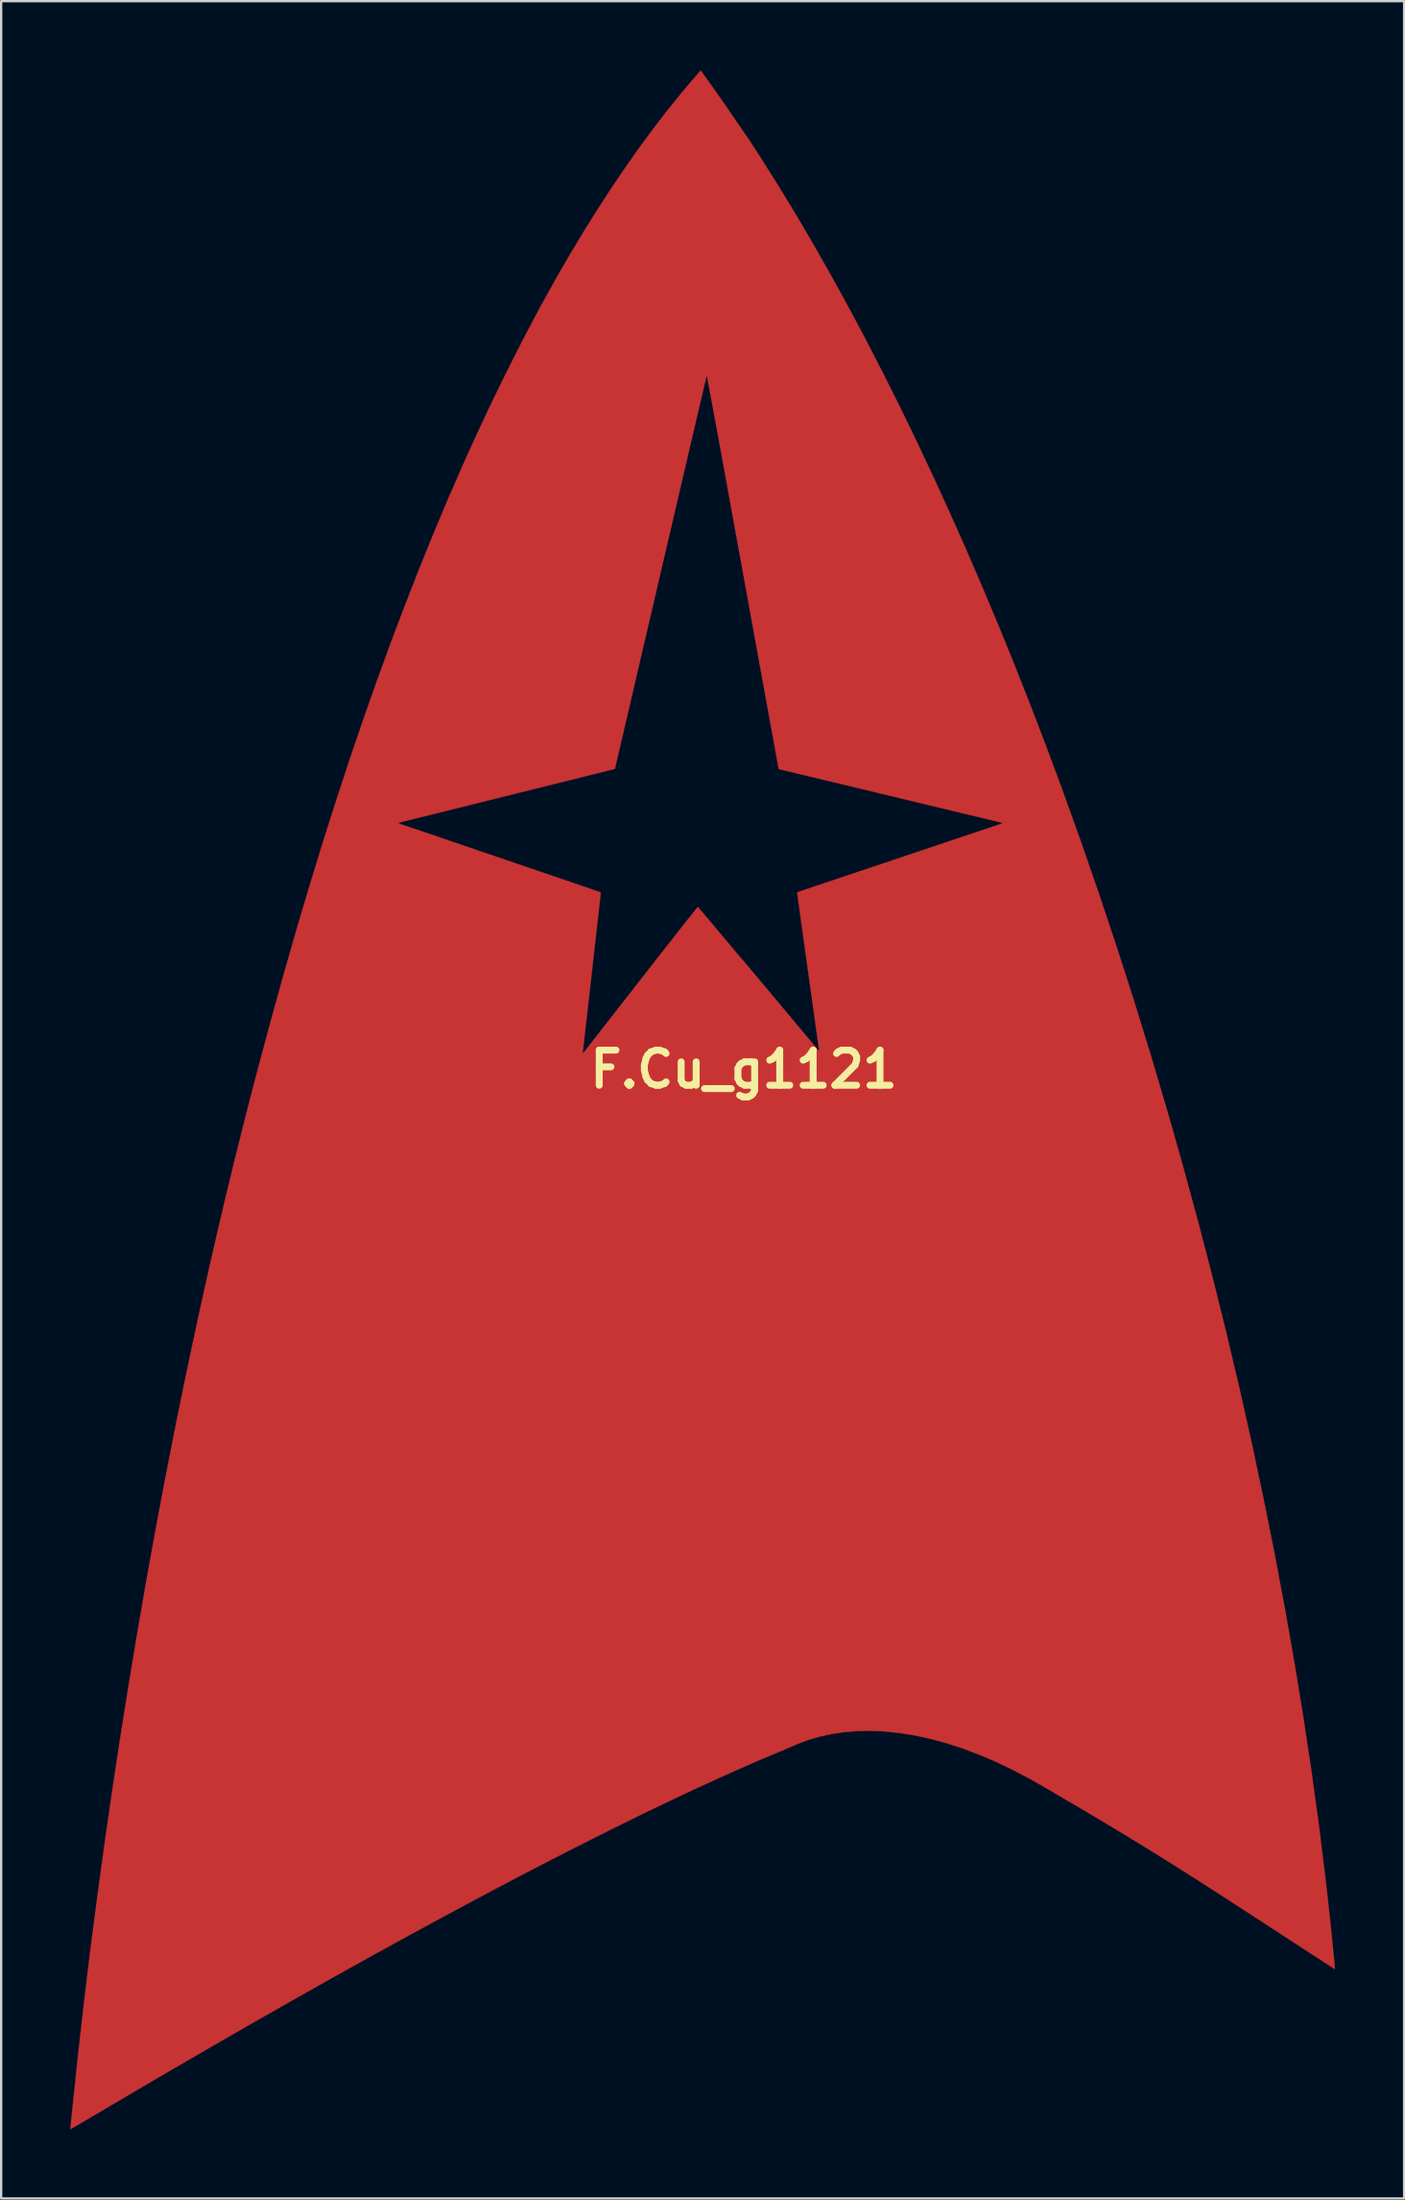
<source format=kicad_pcb>
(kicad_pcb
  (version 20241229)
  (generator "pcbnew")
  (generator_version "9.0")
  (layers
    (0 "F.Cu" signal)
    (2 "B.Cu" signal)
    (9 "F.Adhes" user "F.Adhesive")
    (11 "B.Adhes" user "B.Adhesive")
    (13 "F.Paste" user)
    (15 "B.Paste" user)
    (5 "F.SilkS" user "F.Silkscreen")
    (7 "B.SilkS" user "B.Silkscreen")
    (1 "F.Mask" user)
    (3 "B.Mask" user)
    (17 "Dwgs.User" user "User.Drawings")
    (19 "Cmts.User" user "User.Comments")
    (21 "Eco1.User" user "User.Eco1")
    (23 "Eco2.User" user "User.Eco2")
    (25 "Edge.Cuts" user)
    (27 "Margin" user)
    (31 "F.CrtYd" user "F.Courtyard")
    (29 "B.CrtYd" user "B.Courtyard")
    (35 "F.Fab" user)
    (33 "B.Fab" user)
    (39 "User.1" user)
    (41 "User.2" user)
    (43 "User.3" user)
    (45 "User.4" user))
  (footprint "F.Cu_g1121"
    (layer "F.Cu")
    (at 29.249 43.358)
    (property "Reference" "F.Cu_g1121" (at 0 0 0) (layer "F.SilkS") (effects (font (size 1.524 1.524) (thickness 0.3))))
    (attr through_hole)
    (fp_poly (pts (xy -1.436 -42.743) (xy -1.311 -42.566) (xy -1.171 -42.368) (xy -1.026 -42.161) (xy -0.882 -41.955) (xy -0.746 -41.76) (xy -0.627 -41.587) (xy -0.609 -41.561) (xy -0.509 -41.414) (xy -0.411 -41.271) (xy -0.32 -41.138) (xy -0.239 -41.02) (xy -0.172 -40.922) (xy -0.123 -40.852) (xy -0.109 -40.831) (xy 0.015 -40.65) (xy 0.124 -40.489) (xy 0.226 -40.339) (xy 0.324 -40.191) (xy 0.426 -40.037) (xy 0.536 -39.868) (xy 0.659 -39.677) (xy 0.735 -39.558) (xy 1.505 -38.338) (xy 2.273 -37.077) (xy 3.037 -35.776) (xy 3.798 -34.436) (xy 4.556 -33.058) (xy 5.309 -31.644) (xy 6.056 -30.194) (xy 6.799 -28.71) (xy 7.535 -27.193) (xy 8.264 -25.644) (xy 8.986 -24.064) (xy 9.701 -22.454) (xy 10.407 -20.816) (xy 11.104 -19.15) (xy 11.792 -17.458) (xy 12.469 -15.741) (xy 13.137 -14) (xy 13.793 -12.236) (xy 13.794 -12.234) (xy 14.624 -9.927) (xy 15.43 -7.599) (xy 16.212 -5.255) (xy 16.97 -2.895) (xy 17.701 -0.522) (xy 18.407 1.861) (xy 19.086 4.252) (xy 19.738 6.65) (xy 20.363 9.051) (xy 20.959 11.453) (xy 21.526 13.855) (xy 22.065 16.254) (xy 22.573 18.647) (xy 23.051 21.032) (xy 23.498 23.408) (xy 23.914 25.771) (xy 24.298 28.12) (xy 24.649 30.452) (xy 24.967 32.765) (xy 25.251 35.056) (xy 25.367 36.068) (xy 25.393 36.309) (xy 25.421 36.567) (xy 25.45 36.832) (xy 25.478 37.096) (xy 25.504 37.349) (xy 25.528 37.582) (xy 25.549 37.787) (xy 25.558 37.878) (xy 25.576 38.063) (xy 25.594 38.244) (xy 25.61 38.413) (xy 25.625 38.565) (xy 25.638 38.692) (xy 25.648 38.789) (xy 25.653 38.84) (xy 25.661 38.927) (xy 25.667 38.996) (xy 25.669 39.037) (xy 25.668 39.045) (xy 25.65 39.035) (xy 25.599 39.003) (xy 25.519 38.952) (xy 25.411 38.884) (xy 25.28 38.799) (xy 25.127 38.701) (xy 24.957 38.59) (xy 24.77 38.469) (xy 24.571 38.34) (xy 24.425 38.245) (xy 23.922 37.917) (xy 23.452 37.611) (xy 23.013 37.326) (xy 22.605 37.06) (xy 22.224 36.813) (xy 21.87 36.582) (xy 21.54 36.368) (xy 21.232 36.169) (xy 20.945 35.983) (xy 20.677 35.81) (xy 20.425 35.648) (xy 20.189 35.496) (xy 19.966 35.353) (xy 19.754 35.217) (xy 19.551 35.088) (xy 19.356 34.964) (xy 19.167 34.844) (xy 18.982 34.726) (xy 18.798 34.611) (xy 18.754 34.583) (xy 17.489 33.794) (xy 16.229 33.026) (xy 14.957 32.266) (xy 14.277 31.867) (xy 14.094 31.76) (xy 13.913 31.654) (xy 13.738 31.551) (xy 13.575 31.456) (xy 13.429 31.37) (xy 13.306 31.298) (xy 13.212 31.243) (xy 13.176 31.221) (xy 12.428 30.794) (xy 11.692 30.407) (xy 10.968 30.061) (xy 10.254 29.754) (xy 9.55 29.486) (xy 8.855 29.258) (xy 8.17 29.07) (xy 7.492 28.92) (xy 6.823 28.809) (xy 6.161 28.737) (xy 5.98 28.724) (xy 5.421 28.705) (xy 4.869 28.719) (xy 4.326 28.767) (xy 3.798 28.847) (xy 3.287 28.959) (xy 2.798 29.102) (xy 2.335 29.276) (xy 2.244 29.315) (xy 2.162 29.351) (xy 2.05 29.398) (xy 1.919 29.454) (xy 1.777 29.514) (xy 1.634 29.573) (xy 1.609 29.584) (xy 0.76 29.942) (xy -0.122 30.325) (xy -1.036 30.734) (xy -1.983 31.168) (xy -2.963 31.626) (xy -3.974 32.109) (xy -5.016 32.616) (xy -6.089 33.148) (xy -7.192 33.703) (xy -8.326 34.282) (xy -9.489 34.884) (xy -10.682 35.51) (xy -11.903 36.158) (xy -13.153 36.83) (xy -14.431 37.524) (xy -15.737 38.24) (xy -17.07 38.979) (xy -18.429 39.74) (xy -19.815 40.522) (xy -21.228 41.326) (xy -22.665 42.151) (xy -24.128 42.998) (xy -25.616 43.865) (xy -27.128 44.753) (xy -28.019 45.279) (xy -28.225 45.401) (xy -28.421 45.516) (xy -28.603 45.624) (xy -28.768 45.721) (xy -28.914 45.806) (xy -29.036 45.878) (xy -29.132 45.934) (xy -29.2 45.973) (xy -29.235 45.993) (xy -29.24 45.995) (xy -29.244 45.977) (xy -29.241 45.932) (xy -29.24 45.926) (xy -29.236 45.89) (xy -29.228 45.816) (xy -29.217 45.711) (xy -29.203 45.58) (xy -29.188 45.428) (xy -29.171 45.261) (xy -29.156 45.117) (xy -28.926 42.922) (xy -28.675 40.696) (xy -28.403 38.444) (xy -28.11 36.171) (xy -27.798 33.882) (xy -27.468 31.582) (xy -27.12 29.276) (xy -26.754 26.969) (xy -26.373 24.665) (xy -25.976 22.37) (xy -25.564 20.089) (xy -25.138 17.827) (xy -24.699 15.588) (xy -24.277 13.52) (xy -23.924 11.845) (xy -23.569 10.207) (xy -23.211 8.6) (xy -22.848 7.018) (xy -22.479 5.454) (xy -22.103 3.904) (xy -21.717 2.362) (xy -21.321 0.821) (xy -20.913 -0.723) (xy -20.492 -2.278) (xy -20.057 -3.849) (xy -19.979 -4.128) (xy -19.432 -6.035) (xy -18.875 -7.911) (xy -18.309 -9.756) (xy -18.012 -10.692) (xy -15.007 -10.692) (xy -14.988 -10.681) (xy -14.934 -10.66) (xy -14.852 -10.629) (xy -14.746 -10.592) (xy -14.623 -10.549) (xy -14.557 -10.527) (xy -14.436 -10.486) (xy -14.282 -10.434) (xy -14.103 -10.373) (xy -13.905 -10.306) (xy -13.697 -10.236) (xy -13.486 -10.164) (xy -13.278 -10.093) (xy -13.229 -10.076) (xy -13.012 -10.002) (xy -12.765 -9.917) (xy -12.498 -9.826) (xy -12.221 -9.732) (xy -11.944 -9.637) (xy -11.678 -9.547) (xy -11.433 -9.463) (xy -11.367 -9.44) (xy -10.809 -9.251) (xy -10.291 -9.074) (xy -9.81 -8.91) (xy -9.365 -8.759) (xy -8.956 -8.619) (xy -8.581 -8.492) (xy -8.239 -8.375) (xy -7.928 -8.269) (xy -7.648 -8.173) (xy -7.397 -8.087) (xy -7.173 -8.011) (xy -6.977 -7.944) (xy -6.806 -7.885) (xy -6.659 -7.835) (xy -6.536 -7.792) (xy -6.434 -7.757) (xy -6.353 -7.729) (xy -6.292 -7.708) (xy -6.249 -7.692) (xy -6.222 -7.683) (xy -6.212 -7.678) (xy -6.212 -7.678) (xy -6.214 -7.657) (xy -6.22 -7.597) (xy -6.231 -7.5) (xy -6.245 -7.368) (xy -6.263 -7.206) (xy -6.285 -7.015) (xy -6.309 -6.798) (xy -6.336 -6.557) (xy -6.365 -6.296) (xy -6.397 -6.017) (xy -6.43 -5.723) (xy -6.464 -5.416) (xy -6.5 -5.099) (xy -6.536 -4.775) (xy -6.573 -4.446) (xy -6.611 -4.115) (xy -6.648 -3.786) (xy -6.685 -3.459) (xy -6.721 -3.139) (xy -6.756 -2.828) (xy -6.79 -2.528) (xy -6.822 -2.242) (xy -6.853 -1.973) (xy -6.881 -1.724) (xy -6.907 -1.497) (xy -6.93 -1.295) (xy -6.95 -1.12) (xy -6.967 -0.976) (xy -6.979 -0.864) (xy -6.988 -0.788) (xy -6.992 -0.754) (xy -6.995 -0.707) (xy -6.989 -0.689) (xy -6.985 -0.691) (xy -6.971 -0.709) (xy -6.931 -0.759) (xy -6.868 -0.839) (xy -6.783 -0.948) (xy -6.677 -1.083) (xy -6.552 -1.244) (xy -6.407 -1.428) (xy -6.246 -1.634) (xy -6.069 -1.861) (xy -5.877 -2.106) (xy -5.673 -2.368) (xy -5.456 -2.646) (xy -5.228 -2.938) (xy -4.991 -3.241) (xy -4.745 -3.555) (xy -4.493 -3.878) (xy -4.489 -3.884) (xy -4.236 -4.207) (xy -3.991 -4.521) (xy -3.754 -4.824) (xy -3.526 -5.114) (xy -3.309 -5.391) (xy -3.104 -5.652) (xy -2.913 -5.895) (xy -2.736 -6.12) (xy -2.574 -6.325) (xy -2.43 -6.507) (xy -2.304 -6.666) (xy -2.198 -6.8) (xy -2.112 -6.906) (xy -2.049 -6.985) (xy -2.009 -7.033) (xy -1.994 -7.049) (xy -1.994 -7.049) (xy -1.978 -7.031) (xy -1.938 -6.984) (xy -1.874 -6.909) (xy -1.79 -6.81) (xy -1.688 -6.689) (xy -1.569 -6.548) (xy -1.436 -6.39) (xy -1.292 -6.218) (xy -1.137 -6.034) (xy -1.003 -5.874) (xy -0.841 -5.681) (xy -0.685 -5.495) (xy -0.538 -5.32) (xy -0.402 -5.158) (xy -0.28 -5.013) (xy -0.173 -4.888) (xy -0.085 -4.784) (xy -0.017 -4.704) (xy 0.027 -4.653) (xy 0.044 -4.633) (xy 0.067 -4.607) (xy 0.115 -4.551) (xy 0.187 -4.467) (xy 0.28 -4.356) (xy 0.394 -4.221) (xy 0.526 -4.065) (xy 0.674 -3.888) (xy 0.836 -3.695) (xy 1.012 -3.485) (xy 1.198 -3.263) (xy 1.394 -3.029) (xy 1.597 -2.786) (xy 1.693 -2.671) (xy 1.897 -2.427) (xy 2.094 -2.192) (xy 2.281 -1.968) (xy 2.458 -1.757) (xy 2.621 -1.562) (xy 2.771 -1.384) (xy 2.904 -1.225) (xy 3.019 -1.088) (xy 3.115 -0.974) (xy 3.19 -0.886) (xy 3.242 -0.825) (xy 3.269 -0.794) (xy 3.273 -0.79) (xy 3.271 -0.811) (xy 3.263 -0.871) (xy 3.249 -0.97) (xy 3.231 -1.103) (xy 3.208 -1.27) (xy 3.181 -1.468) (xy 3.149 -1.694) (xy 3.114 -1.948) (xy 3.075 -2.225) (xy 3.034 -2.525) (xy 2.989 -2.844) (xy 2.942 -3.182) (xy 2.893 -3.534) (xy 2.841 -3.901) (xy 2.795 -4.233) (xy 2.742 -4.61) (xy 2.691 -4.975) (xy 2.642 -5.326) (xy 2.595 -5.661) (xy 2.551 -5.979) (xy 2.509 -6.276) (xy 2.471 -6.551) (xy 2.436 -6.801) (xy 2.405 -7.024) (xy 2.379 -7.219) (xy 2.356 -7.382) (xy 2.339 -7.511) (xy 2.326 -7.605) (xy 2.319 -7.662) (xy 2.317 -7.678) (xy 2.322 -7.681) (xy 2.338 -7.687) (xy 2.365 -7.697) (xy 2.405 -7.711) (xy 2.46 -7.73) (xy 2.53 -7.754) (xy 2.617 -7.784) (xy 2.723 -7.82) (xy 2.849 -7.862) (xy 2.997 -7.912) (xy 3.168 -7.97) (xy 3.363 -8.035) (xy 3.584 -8.11) (xy 3.832 -8.193) (xy 4.109 -8.286) (xy 4.416 -8.389) (xy 4.755 -8.503) (xy 5.127 -8.628) (xy 5.533 -8.764) (xy 5.976 -8.912) (xy 6.455 -9.073) (xy 6.932 -9.233) (xy 7.32 -9.363) (xy 7.701 -9.491) (xy 8.071 -9.615) (xy 8.429 -9.735) (xy 8.772 -9.85) (xy 9.098 -9.959) (xy 9.405 -10.062) (xy 9.691 -10.158) (xy 9.954 -10.246) (xy 10.191 -10.326) (xy 10.401 -10.396) (xy 10.58 -10.456) (xy 10.728 -10.506) (xy 10.841 -10.544) (xy 10.918 -10.57) (xy 10.948 -10.58) (xy 11.051 -10.615) (xy 11.138 -10.646) (xy 11.202 -10.671) (xy 11.236 -10.686) (xy 11.239 -10.689) (xy 11.22 -10.696) (xy 11.164 -10.712) (xy 11.077 -10.735) (xy 10.964 -10.764) (xy 10.831 -10.797) (xy 10.682 -10.833) (xy 10.641 -10.842) (xy 10.561 -10.862) (xy 10.442 -10.89) (xy 10.287 -10.927) (xy 10.097 -10.973) (xy 9.875 -11.026) (xy 9.623 -11.086) (xy 9.344 -11.153) (xy 9.04 -11.226) (xy 8.713 -11.305) (xy 8.366 -11.388) (xy 8 -11.476) (xy 7.618 -11.568) (xy 7.222 -11.663) (xy 6.815 -11.76) (xy 6.399 -11.86) (xy 5.976 -11.962) (xy 5.78 -12.009) (xy 1.516 -13.033) (xy 0.759 -17.19) (xy 0.672 -17.667) (xy 0.579 -18.18) (xy 0.48 -18.725) (xy 0.376 -19.295) (xy 0.269 -19.885) (xy 0.158 -20.491) (xy 0.046 -21.106) (xy -0.067 -21.726) (xy -0.179 -22.345) (xy -0.291 -22.957) (xy -0.4 -23.558) (xy -0.507 -24.143) (xy -0.609 -24.705) (xy -0.706 -25.239) (xy -0.798 -25.741) (xy -0.798 -25.742) (xy -0.875 -26.167) (xy -0.951 -26.58) (xy -1.024 -26.979) (xy -1.094 -27.364) (xy -1.162 -27.731) (xy -1.226 -28.08) (xy -1.287 -28.407) (xy -1.343 -28.712) (xy -1.395 -28.992) (xy -1.443 -29.245) (xy -1.485 -29.47) (xy -1.522 -29.664) (xy -1.553 -29.826) (xy -1.578 -29.954) (xy -1.596 -30.046) (xy -1.607 -30.099) (xy -1.611 -30.113) (xy -1.617 -30.091) (xy -1.632 -30.029) (xy -1.656 -29.929) (xy -1.689 -29.791) (xy -1.729 -29.618) (xy -1.778 -29.41) (xy -1.835 -29.169) (xy -1.899 -28.896) (xy -1.97 -28.593) (xy -2.048 -28.262) (xy -2.132 -27.902) (xy -2.222 -27.516) (xy -2.318 -27.106) (xy -2.42 -26.672) (xy -2.526 -26.215) (xy -2.638 -25.738) (xy -2.754 -25.242) (xy -2.874 -24.727) (xy -2.998 -24.196) (xy -3.125 -23.649) (xy -3.256 -23.089) (xy -3.39 -22.515) (xy -3.526 -21.931) (xy -3.611 -21.564) (xy -5.598 -13.04) (xy -10.234 -11.886) (xy -10.668 -11.778) (xy -11.092 -11.672) (xy -11.504 -11.57) (xy -11.901 -11.471) (xy -12.283 -11.376) (xy -12.646 -11.286) (xy -12.99 -11.2) (xy -13.312 -11.12) (xy -13.611 -11.046) (xy -13.885 -10.978) (xy -14.131 -10.917) (xy -14.348 -10.863) (xy -14.534 -10.817) (xy -14.687 -10.779) (xy -14.806 -10.75) (xy -14.888 -10.73) (xy -14.932 -10.72) (xy -14.938 -10.718) (xy -14.985 -10.706) (xy -15.007 -10.693) (xy -15.007 -10.692) (xy -18.012 -10.692) (xy -17.733 -11.568) (xy -17.149 -13.347) (xy -16.555 -15.092) (xy -15.953 -16.801) (xy -15.343 -18.474) (xy -14.725 -20.11) (xy -14.099 -21.709) (xy -13.466 -23.269) (xy -12.827 -24.789) (xy -12.181 -26.269) (xy -11.742 -27.241) (xy -11.387 -28.009) (xy -11.02 -28.786) (xy -10.643 -29.567) (xy -10.26 -30.343) (xy -9.875 -31.107) (xy -9.491 -31.853) (xy -9.113 -32.572) (xy -8.749 -33.248) (xy -8.168 -34.294) (xy -7.578 -35.314) (xy -6.983 -36.306) (xy -6.382 -37.27) (xy -5.776 -38.203) (xy -5.168 -39.104) (xy -4.558 -39.97) (xy -3.947 -40.8) (xy -3.336 -41.593) (xy -2.727 -42.347) (xy -2.266 -42.892) (xy -2.174 -42.999) (xy -2.089 -43.098) (xy -2.015 -43.184) (xy -1.958 -43.25) (xy -1.922 -43.292) (xy -1.915 -43.301) (xy -1.872 -43.353) (xy -1.436 -42.743)) (stroke (width 0.01) (type solid)) (fill yes) (layer "F.Cu")))
  (gr_rect
    (start -3 -3)
    (end 57.923 92.358)
    (stroke (width 0.1) (type default))
    (fill no)
    (layer "Edge.Cuts")))
</source>
